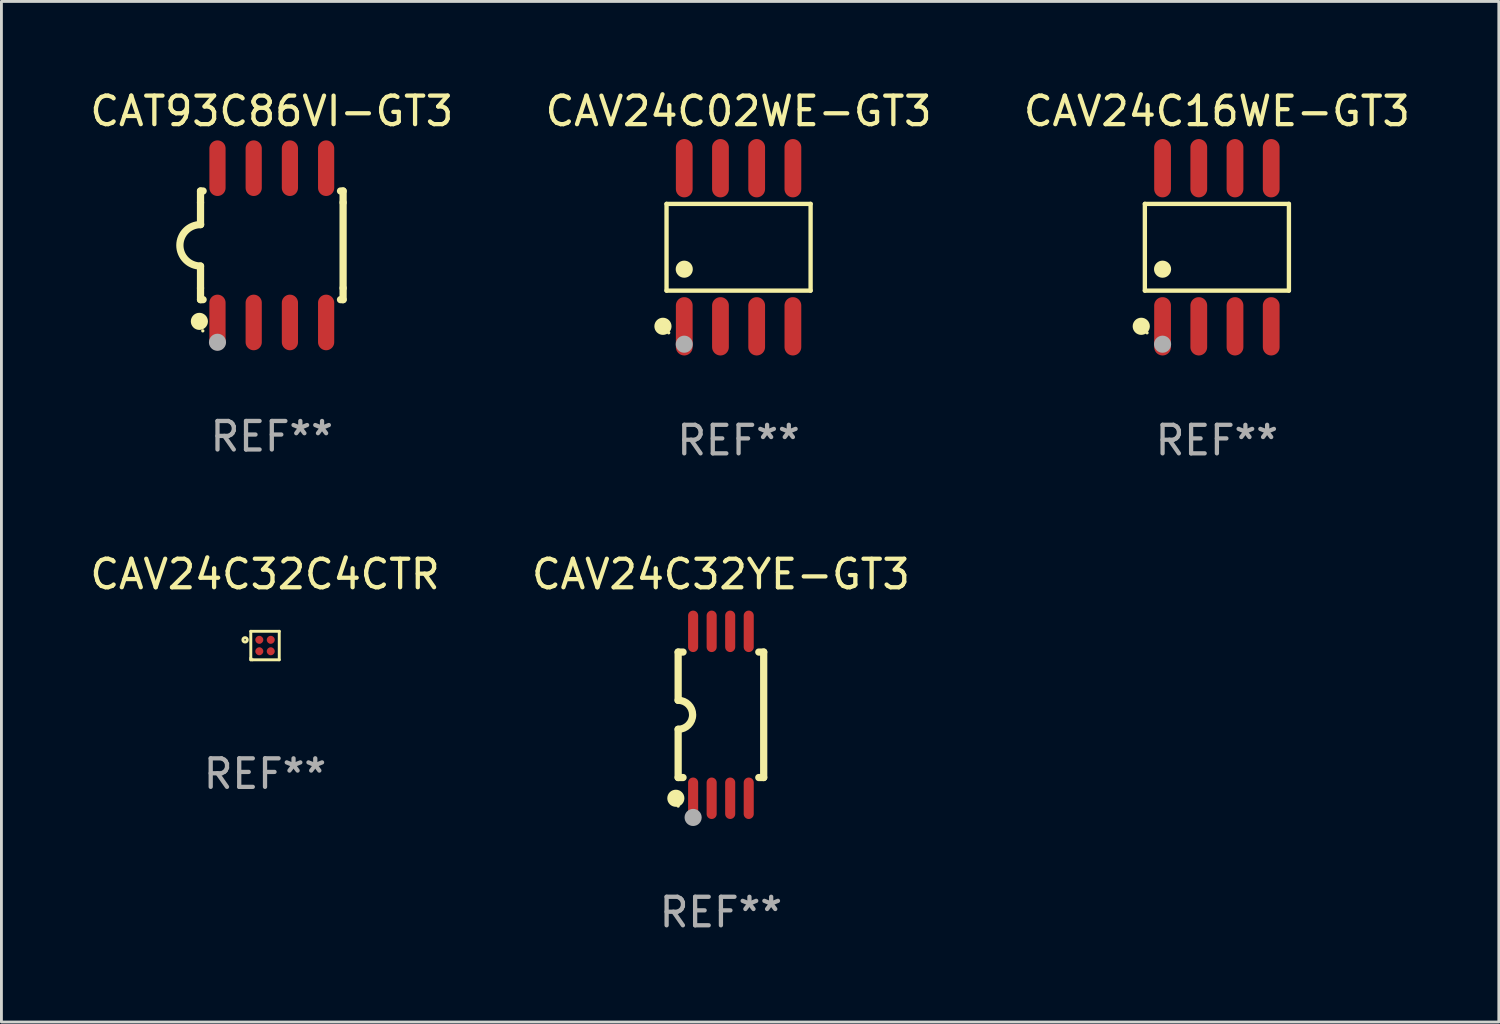
<source format=kicad_pcb>
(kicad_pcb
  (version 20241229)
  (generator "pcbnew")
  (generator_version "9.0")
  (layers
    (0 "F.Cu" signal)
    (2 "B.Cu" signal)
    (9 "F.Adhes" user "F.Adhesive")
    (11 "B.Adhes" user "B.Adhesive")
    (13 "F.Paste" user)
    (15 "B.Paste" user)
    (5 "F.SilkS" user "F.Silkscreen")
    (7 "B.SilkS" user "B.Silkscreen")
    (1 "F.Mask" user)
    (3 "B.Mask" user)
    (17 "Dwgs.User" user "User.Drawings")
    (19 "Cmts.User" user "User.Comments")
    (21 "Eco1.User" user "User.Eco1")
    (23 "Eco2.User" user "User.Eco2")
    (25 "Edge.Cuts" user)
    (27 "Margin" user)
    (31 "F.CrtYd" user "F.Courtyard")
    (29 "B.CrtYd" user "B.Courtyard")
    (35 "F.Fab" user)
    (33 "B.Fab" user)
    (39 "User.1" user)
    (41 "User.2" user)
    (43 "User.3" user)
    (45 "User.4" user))
  (footprint "CAV24C02WE-GT3"
    (layer "F.Cu")
    (at 22.851 5.621)
    (property "Reference" "CAV24C02WE-GT3" (at 0 -4.772 0) (layer "F.SilkS") (effects (font (size 1 1) (thickness 0.15))))
    (attr through_hole)
    (fp_line (start -2.526 -1.521) (end 2.526 -1.521) (stroke (width 0.152) (type solid)) (layer "F.SilkS"))
    (fp_line (start -2.526 1.521) (end -2.526 -1.521) (stroke (width 0.152) (type solid)) (layer "F.SilkS"))
    (fp_line (start 2.526 -1.521) (end 2.526 1.521) (stroke (width 0.152) (type solid)) (layer "F.SilkS"))
    (fp_line (start 2.526 1.521) (end -2.526 1.521) (stroke (width 0.152) (type solid)) (layer "F.SilkS"))
    (fp_circle (center -2.652 2.772) (end -2.501 2.772) (stroke (width 0.3) (type solid)) (fill no) (layer "F.SilkS"))
    (fp_circle (center -2.45 3) (end -2.42 3) (stroke (width 0.06) (type solid)) (fill no) (layer "F.SilkS"))
    (fp_circle (center -1.905 0.769) (end -1.755 0.769) (stroke (width 0.3) (type solid)) (fill no) (layer "F.SilkS"))
    (fp_circle (center -1.905 3.4) (end -1.755 3.4) (stroke (width 0.3) (type solid)) (fill no) (layer "F.Fab"))
    (fp_text user "REF**" (at 0 6.772 0) (layer "F.Fab") (effects (font (size 1 1) (thickness 0.15))))
    (pad "1" smd oval (at -1.905 2.772) (size 0.588 2.045) (layers "F.Cu" "F.Mask" "F.Paste"))
    (pad "2" smd oval (at -0.635 2.772) (size 0.588 2.045) (layers "F.Cu" "F.Mask" "F.Paste"))
    (pad "3" smd oval (at 0.635 2.772) (size 0.588 2.045) (layers "F.Cu" "F.Mask" "F.Paste"))
    (pad "4" smd oval (at 1.905 2.772) (size 0.588 2.045) (layers "F.Cu" "F.Mask" "F.Paste"))
    (pad "5" smd oval (at 1.905 -2.772) (size 0.588 2.045) (layers "F.Cu" "F.Mask" "F.Paste"))
    (pad "6" smd oval (at 0.635 -2.772) (size 0.588 2.045) (layers "F.Cu" "F.Mask" "F.Paste"))
    (pad "7" smd oval (at -0.635 -2.772) (size 0.588 2.045) (layers "F.Cu" "F.Mask" "F.Paste"))
    (pad "8" smd oval (at -1.905 -2.772) (size 0.588 2.045) (layers "F.Cu" "F.Mask" "F.Paste")))
  (footprint "CAV24C16WE-GT3"
    (layer "F.Cu")
    (at 39.625 5.621)
    (property "Reference" "CAV24C16WE-GT3" (at 0 -4.772 0) (layer "F.SilkS") (effects (font (size 1 1) (thickness 0.15))))
    (attr through_hole)
    (fp_line (start -2.526 -1.521) (end 2.526 -1.521) (stroke (width 0.152) (type solid)) (layer "F.SilkS"))
    (fp_line (start -2.526 1.521) (end -2.526 -1.521) (stroke (width 0.152) (type solid)) (layer "F.SilkS"))
    (fp_line (start 2.526 -1.521) (end 2.526 1.521) (stroke (width 0.152) (type solid)) (layer "F.SilkS"))
    (fp_line (start 2.526 1.521) (end -2.526 1.521) (stroke (width 0.152) (type solid)) (layer "F.SilkS"))
    (fp_circle (center -2.652 2.772) (end -2.501 2.772) (stroke (width 0.3) (type solid)) (fill no) (layer "F.SilkS"))
    (fp_circle (center -2.45 3) (end -2.42 3) (stroke (width 0.06) (type solid)) (fill no) (layer "F.SilkS"))
    (fp_circle (center -1.905 0.769) (end -1.755 0.769) (stroke (width 0.3) (type solid)) (fill no) (layer "F.SilkS"))
    (fp_circle (center -1.905 3.4) (end -1.755 3.4) (stroke (width 0.3) (type solid)) (fill no) (layer "F.Fab"))
    (fp_text user "REF**" (at 0 6.772 0) (layer "F.Fab") (effects (font (size 1 1) (thickness 0.15))))
    (pad "1" smd oval (at -1.905 2.772) (size 0.588 2.045) (layers "F.Cu" "F.Mask" "F.Paste"))
    (pad "2" smd oval (at -0.635 2.772) (size 0.588 2.045) (layers "F.Cu" "F.Mask" "F.Paste"))
    (pad "3" smd oval (at 0.635 2.772) (size 0.588 2.045) (layers "F.Cu" "F.Mask" "F.Paste"))
    (pad "4" smd oval (at 1.905 2.772) (size 0.588 2.045) (layers "F.Cu" "F.Mask" "F.Paste"))
    (pad "5" smd oval (at 1.905 -2.772) (size 0.588 2.045) (layers "F.Cu" "F.Mask" "F.Paste"))
    (pad "6" smd oval (at 0.635 -2.772) (size 0.588 2.045) (layers "F.Cu" "F.Mask" "F.Paste"))
    (pad "7" smd oval (at -0.635 -2.772) (size 0.588 2.045) (layers "F.Cu" "F.Mask" "F.Paste"))
    (pad "8" smd oval (at -1.905 -2.772) (size 0.588 2.045) (layers "F.Cu" "F.Mask" "F.Paste")))
  (footprint "CAV24C32YE-GT3"
    (layer "F.Cu")
    (at 22.232 22.017)
    (property "Reference" "CAV24C32YE-GT3" (at 0 -4.927 0) (layer "F.SilkS") (effects (font (size 1 1) (thickness 0.15))))
    (attr through_hole)
    (fp_line (start -1.5 -2.2) (end -1.5 -0.508) (stroke (width 0.254) (type solid)) (layer "F.SilkS"))
    (fp_line (start -1.5 -2.2) (end -1.328 -2.2) (stroke (width 0.254) (type solid)) (layer "F.SilkS"))
    (fp_line (start -1.5 2.2) (end -1.5 0.508) (stroke (width 0.254) (type solid)) (layer "F.SilkS"))
    (fp_line (start -1.5 2.2) (end -1.328 2.2) (stroke (width 0.254) (type solid)) (layer "F.SilkS"))
    (fp_line (start 1.328 -2.2) (end 1.5 -2.2) (stroke (width 0.254) (type solid)) (layer "F.SilkS"))
    (fp_line (start 1.328 2.2) (end 1.5 2.2) (stroke (width 0.254) (type solid)) (layer "F.SilkS"))
    (fp_line (start 1.5 -2.2) (end 1.5 2.2) (stroke (width 0.254) (type solid)) (layer "F.SilkS"))
    (fp_arc (start -1.501144 -0.508) (mid -0.993143 -0.000571) (end -1.5 0.508001) (stroke (width 0.254001) (type solid)) (layer "F.SilkS"))
    (fp_circle (center -1.581 2.927) (end -1.431 2.927) (stroke (width 0.3) (type solid)) (fill no) (layer "F.SilkS"))
    (fp_circle (center -1.5 3.2) (end -1.47 3.2) (stroke (width 0.06) (type solid)) (fill no) (layer "F.SilkS"))
    (fp_circle (center -0.975 3.6) (end -0.825 3.6) (stroke (width 0.3) (type solid)) (fill no) (layer "F.Fab"))
    (fp_text user "REF**" (at 0 6.927 0) (layer "F.Fab") (effects (font (size 1 1) (thickness 0.15))))
    (pad "1" smd oval (at -0.975 2.927) (size 0.353 1.454) (layers "F.Cu" "F.Mask" "F.Paste"))
    (pad "2" smd oval (at -0.325 2.927) (size 0.353 1.454) (layers "F.Cu" "F.Mask" "F.Paste"))
    (pad "3" smd oval (at 0.325 2.927) (size 0.353 1.454) (layers "F.Cu" "F.Mask" "F.Paste"))
    (pad "4" smd oval (at 0.975 2.927) (size 0.353 1.454) (layers "F.Cu" "F.Mask" "F.Paste"))
    (pad "5" smd oval (at 0.975 -2.927) (size 0.353 1.454) (layers "F.Cu" "F.Mask" "F.Paste"))
    (pad "6" smd oval (at 0.325 -2.927) (size 0.353 1.454) (layers "F.Cu" "F.Mask" "F.Paste"))
    (pad "7" smd oval (at -0.325 -2.927) (size 0.353 1.454) (layers "F.Cu" "F.Mask" "F.Paste"))
    (pad "8" smd oval (at -0.975 -2.927) (size 0.353 1.454) (layers "F.Cu" "F.Mask" "F.Paste")))
  (footprint "CAT93C86VI-GT3"
    (layer "F.Cu")
    (at 6.482 5.553)
    (property "Reference" "CAT93C86VI-GT3" (at 0 -4.705 0) (layer "F.SilkS") (effects (font (size 1 1) (thickness 0.15))))
    (attr through_hole)
    (fp_line (start -2.5 -1.905) (end -2.409 -1.905) (stroke (width 0.254) (type solid)) (layer "F.SilkS"))
    (fp_line (start -2.5 -1.5) (end -2.5 -1.905) (stroke (width 0.254) (type solid)) (layer "F.SilkS"))
    (fp_line (start -2.5 -1.5) (end -2.5 -0.726) (stroke (width 0.254) (type solid)) (layer "F.SilkS"))
    (fp_line (start -2.5 1.5) (end -2.5 0.727) (stroke (width 0.254) (type solid)) (layer "F.SilkS"))
    (fp_line (start -2.5 1.5) (end -2.5 1.905) (stroke (width 0.254) (type solid)) (layer "F.SilkS"))
    (fp_line (start -2.5 1.905) (end -2.409 1.905) (stroke (width 0.254) (type solid)) (layer "F.SilkS"))
    (fp_line (start 2.5 -1.905) (end 2.409 -1.905) (stroke (width 0.254) (type solid)) (layer "F.SilkS"))
    (fp_line (start 2.5 -1.5) (end 2.5 -1.905) (stroke (width 0.254) (type solid)) (layer "F.SilkS"))
    (fp_line (start 2.5 -1.5) (end 2.5 1.5) (stroke (width 0.254) (type solid)) (layer "F.SilkS"))
    (fp_line (start 2.5 1.5) (end 2.5 1.905) (stroke (width 0.254) (type solid)) (layer "F.SilkS"))
    (fp_line (start 2.5 1.905) (end 2.409 1.905) (stroke (width 0.254) (type solid)) (layer "F.SilkS"))
    (fp_arc (start -2.5 0.726568) (mid -3.220316 -0.0023) (end -2.495097 -0.726289) (stroke (width 0.254001) (type solid)) (layer "F.SilkS"))
    (fp_circle (center -2.54 2.667) (end -2.39 2.667) (stroke (width 0.3) (type solid)) (fill no) (layer "F.SilkS"))
    (fp_circle (center -2.42 3) (end -2.39 3) (stroke (width 0.06) (type solid)) (fill no) (layer "F.SilkS"))
    (fp_circle (center -1.905 3.4) (end -1.755 3.4) (stroke (width 0.3) (type solid)) (fill no) (layer "F.Fab"))
    (fp_text user "REF**" (at 0 6.705 0) (layer "F.Fab") (effects (font (size 1 1) (thickness 0.15))))
    (pad "1" smd oval (at -1.905 2.705) (size 0.568 1.95) (layers "F.Cu" "F.Mask" "F.Paste"))
    (pad "2" smd oval (at -0.635 2.705) (size 0.568 1.95) (layers "F.Cu" "F.Mask" "F.Paste"))
    (pad "3" smd oval (at 0.635 2.705) (size 0.568 1.95) (layers "F.Cu" "F.Mask" "F.Paste"))
    (pad "4" smd oval (at 1.905 2.705) (size 0.568 1.95) (layers "F.Cu" "F.Mask" "F.Paste"))
    (pad "5" smd oval (at 1.905 -2.705) (size 0.568 1.95) (layers "F.Cu" "F.Mask" "F.Paste"))
    (pad "6" smd oval (at 0.635 -2.705) (size 0.568 1.95) (layers "F.Cu" "F.Mask" "F.Paste"))
    (pad "7" smd oval (at -0.635 -2.705) (size 0.568 1.95) (layers "F.Cu" "F.Mask" "F.Paste"))
    (pad "8" smd oval (at -1.905 -2.705) (size 0.568 1.95) (layers "F.Cu" "F.Mask" "F.Paste")))
  (footprint "CAV24C32C4CTR"
    (layer "F.Cu")
    (at 6.244 19.589)
    (property "Reference" "CAV24C32C4CTR" (at 0 -2.5 0) (layer "F.SilkS") (effects (font (size 1 1) (thickness 0.15))))
    (attr through_hole)
    (fp_line (start -0.499 0.5) (end -0.499 0.44) (stroke (width 0.102) (type solid)) (layer "F.SilkS"))
    (fp_line (start -0.499 -0.5) (end 0.499 -0.5) (stroke (width 0.102) (type solid)) (layer "F.SilkS"))
    (fp_line (start -0.499 0.44) (end -0.499 -0.5) (stroke (width 0.102) (type solid)) (layer "F.SilkS"))
    (fp_line (start -0.44 0.499) (end -0.499 0.499) (stroke (width 0.102) (type solid)) (layer "F.SilkS"))
    (fp_line (start 0.499 -0.5) (end 0.499 0.499) (stroke (width 0.102) (type solid)) (layer "F.SilkS"))
    (fp_line (start 0.499 0.499) (end -0.44 0.499) (stroke (width 0.102) (type solid)) (layer "F.SilkS"))
    (fp_circle (center -0.699 -0.2) (end -0.621 -0.2) (stroke (width 0.102) (type solid)) (fill no) (layer "F.SilkS"))
    (fp_text user "REF**" (at 0 4.5 0) (layer "F.Fab") (effects (font (size 1 1) (thickness 0.15))))
    (pad "A1" smd circle (at -0.2 -0.201) (size 0.28 0.28) (layers "F.Cu" "F.Mask" "F.Paste"))
    (pad "A2" smd circle (at 0.201 -0.201) (size 0.28 0.28) (layers "F.Cu" "F.Mask" "F.Paste"))
    (pad "B1" smd circle (at -0.2 0.2) (size 0.28 0.28) (layers "F.Cu" "F.Mask" "F.Paste"))
    (pad "B2" smd circle (at 0.201 0.2) (size 0.28 0.28) (layers "F.Cu" "F.Mask" "F.Paste")))
  (gr_rect
    (start -3 -3)
    (end 49.512 32.792)
    (stroke (width 0.1) (type default))
    (fill no)
    (layer "Edge.Cuts")))
</source>
